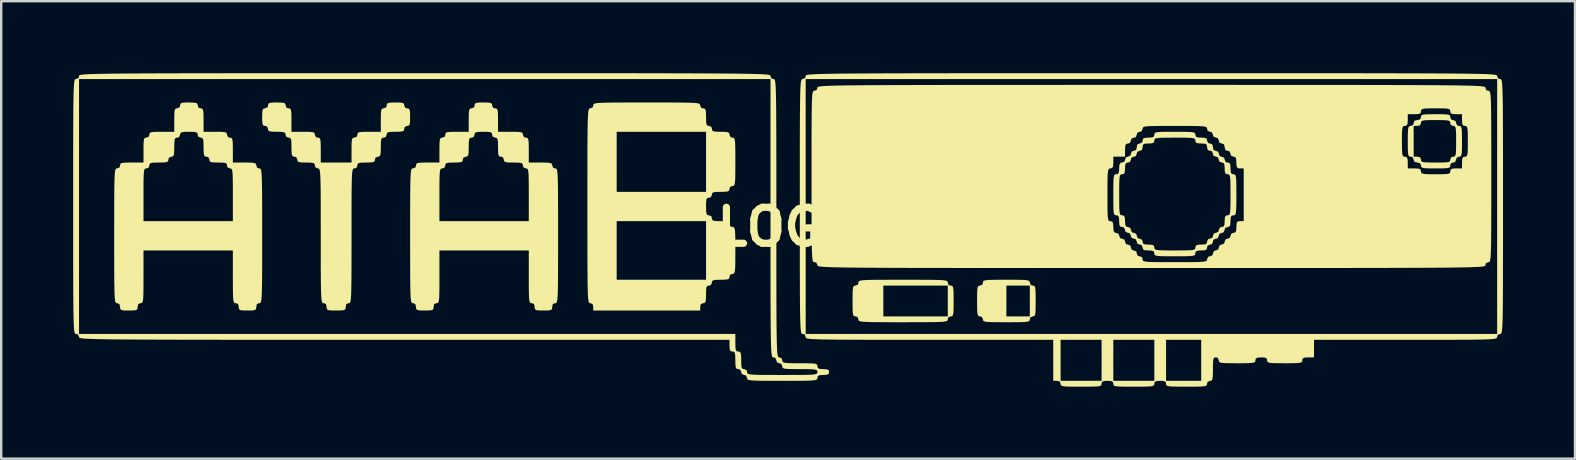
<source format=kicad_pcb>
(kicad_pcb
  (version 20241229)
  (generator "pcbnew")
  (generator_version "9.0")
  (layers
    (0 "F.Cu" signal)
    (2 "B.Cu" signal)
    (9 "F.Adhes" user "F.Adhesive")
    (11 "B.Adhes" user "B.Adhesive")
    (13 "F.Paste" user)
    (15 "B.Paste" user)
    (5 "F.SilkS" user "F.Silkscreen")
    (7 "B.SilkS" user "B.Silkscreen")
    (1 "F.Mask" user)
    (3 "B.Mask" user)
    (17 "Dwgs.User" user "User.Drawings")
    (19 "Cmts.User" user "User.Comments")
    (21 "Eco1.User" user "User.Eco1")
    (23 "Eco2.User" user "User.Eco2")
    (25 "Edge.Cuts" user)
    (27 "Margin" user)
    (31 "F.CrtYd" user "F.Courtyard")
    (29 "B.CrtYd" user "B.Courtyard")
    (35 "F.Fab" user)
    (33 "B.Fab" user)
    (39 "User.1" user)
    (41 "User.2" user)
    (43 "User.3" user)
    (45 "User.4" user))
  (footprint "LOGO"
    (layer "F.Cu")
    (at 29.796 6.411)
    (property "Reference" "LOGO" (at 0 0 0) (layer "F.SilkS") (effects (font (size 1.5 1.5) (thickness 0.3))))
    (attr board_only exclude_from_pos_files exclude_from_bom)
    (fp_poly (pts (xy 9.463 2.199) (xy 9.724 2.202) (xy 9.897 2.211) (xy 10.002 2.227) (xy 10.054 2.253) (xy 10.073 2.29) (xy 10.075 2.32) (xy 10.118 2.422) (xy 10.197 2.442) (xy 10.251 2.45) (xy 10.286 2.489) (xy 10.307 2.579) (xy 10.316 2.744) (xy 10.319 3.003) (xy 10.319 3.083) (xy 10.317 3.369) (xy 10.31 3.555) (xy 10.293 3.661) (xy 10.261 3.711) (xy 10.212 3.724) (xy 10.197 3.725) (xy 10.095 3.768) (xy 10.075 3.847) (xy 10.069 3.892) (xy 10.04 3.925) (xy 9.97 3.947) (xy 9.843 3.96) (xy 9.639 3.966) (xy 9.342 3.969) (xy 9.098 3.969) (xy 8.732 3.968) (xy 8.472 3.964) (xy 8.298 3.956) (xy 8.193 3.94) (xy 8.141 3.914) (xy 8.123 3.877) (xy 8.121 3.847) (xy 8.077 3.745) (xy 7.999 3.725) (xy 7.944 3.716) (xy 7.909 3.678) (xy 7.888 3.587) (xy 7.879 3.423) (xy 7.877 3.164) (xy 7.876 3.083) (xy 7.878 2.797) (xy 7.885 2.612) (xy 7.903 2.505) (xy 7.934 2.456) (xy 7.983 2.443) (xy 7.999 2.442) (xy 9.098 2.442) (xy 9.098 3.083) (xy 9.098 3.725) (xy 9.586 3.725) (xy 10.075 3.725) (xy 10.075 3.083) (xy 10.075 2.442) (xy 9.586 2.442) (xy 9.098 2.442) (xy 7.999 2.442) (xy 8.101 2.399) (xy 8.121 2.32) (xy 8.126 2.275) (xy 8.155 2.242) (xy 8.225 2.22) (xy 8.353 2.207) (xy 8.556 2.201) (xy 8.853 2.198) (xy 9.098 2.198)) (stroke (width 0) (type solid)) (fill yes) (layer "F.SilkS"))
    (fp_poly (pts (xy 5.318 2.198) (xy 5.734 2.2) (xy 6.054 2.203) (xy 6.289 2.208) (xy 6.453 2.218) (xy 6.559 2.231) (xy 6.62 2.25) (xy 6.647 2.275) (xy 6.655 2.307) (xy 6.655 2.32) (xy 6.698 2.422) (xy 6.777 2.442) (xy 6.832 2.45) (xy 6.867 2.489) (xy 6.888 2.579) (xy 6.897 2.744) (xy 6.899 3.003) (xy 6.9 3.083) (xy 6.898 3.369) (xy 6.891 3.555) (xy 6.873 3.661) (xy 6.842 3.711) (xy 6.793 3.724) (xy 6.777 3.725) (xy 6.675 3.768) (xy 6.655 3.847) (xy 6.652 3.881) (xy 6.633 3.908) (xy 6.585 3.929) (xy 6.497 3.945) (xy 6.355 3.956) (xy 6.146 3.962) (xy 5.858 3.966) (xy 5.477 3.968) (xy 4.992 3.969) (xy 4.793 3.969) (xy 4.268 3.969) (xy 3.852 3.967) (xy 3.533 3.964) (xy 3.297 3.958) (xy 3.133 3.949) (xy 3.027 3.935) (xy 2.966 3.916) (xy 2.939 3.892) (xy 2.931 3.86) (xy 2.931 3.847) (xy 2.888 3.745) (xy 2.809 3.725) (xy 2.754 3.716) (xy 2.719 3.678) (xy 2.699 3.587) (xy 2.689 3.423) (xy 2.687 3.164) (xy 2.687 3.083) (xy 2.688 2.797) (xy 2.695 2.612) (xy 2.713 2.505) (xy 2.744 2.456) (xy 2.793 2.443) (xy 2.809 2.442) (xy 3.969 2.442) (xy 3.969 3.083) (xy 3.969 3.725) (xy 5.312 3.725) (xy 6.655 3.725) (xy 6.655 3.083) (xy 6.655 2.442) (xy 5.312 2.442) (xy 3.969 2.442) (xy 2.809 2.442) (xy 2.911 2.399) (xy 2.931 2.32) (xy 2.934 2.286) (xy 2.953 2.258) (xy 3.001 2.238) (xy 3.089 2.222) (xy 3.231 2.211) (xy 3.44 2.204) (xy 3.728 2.2) (xy 4.109 2.199) (xy 4.594 2.198) (xy 4.793 2.198)) (stroke (width 0) (type solid)) (fill yes) (layer "F.SilkS"))
    (fp_poly (pts (xy 27.265 -4.7) (xy 27.443 -4.692) (xy 27.543 -4.673) (xy 27.588 -4.639) (xy 27.598 -4.586) (xy 27.598 -4.579) (xy 27.641 -4.477) (xy 27.72 -4.457) (xy 27.822 -4.414) (xy 27.842 -4.335) (xy 27.885 -4.233) (xy 27.964 -4.213) (xy 28.019 -4.205) (xy 28.054 -4.166) (xy 28.075 -4.076) (xy 28.084 -3.912) (xy 28.086 -3.652) (xy 28.087 -3.572) (xy 28.085 -3.286) (xy 28.078 -3.1) (xy 28.06 -2.994) (xy 28.029 -2.945) (xy 27.98 -2.931) (xy 27.964 -2.931) (xy 27.862 -2.888) (xy 27.842 -2.809) (xy 27.799 -2.707) (xy 27.72 -2.687) (xy 27.618 -2.643) (xy 27.598 -2.564) (xy 27.59 -2.509) (xy 27.55 -2.473) (xy 27.456 -2.453) (xy 27.287 -2.444) (xy 27.02 -2.442) (xy 26.988 -2.442) (xy 26.71 -2.444) (xy 26.532 -2.452) (xy 26.432 -2.471) (xy 26.387 -2.504) (xy 26.377 -2.558) (xy 26.377 -2.564) (xy 26.341 -2.66) (xy 26.224 -2.687) (xy 26.105 -2.715) (xy 26.072 -2.809) (xy 26.028 -2.911) (xy 25.95 -2.931) (xy 26.072 -2.931) (xy 26.224 -2.931) (xy 26.344 -2.902) (xy 26.377 -2.809) (xy 26.385 -2.753) (xy 26.425 -2.717) (xy 26.519 -2.697) (xy 26.688 -2.689) (xy 26.955 -2.687) (xy 26.988 -2.687) (xy 27.265 -2.688) (xy 27.443 -2.696) (xy 27.543 -2.715) (xy 27.588 -2.749) (xy 27.598 -2.802) (xy 27.598 -2.809) (xy 27.641 -2.911) (xy 27.72 -2.931) (xy 27.775 -2.939) (xy 27.81 -2.977) (xy 27.83 -3.068) (xy 27.84 -3.232) (xy 27.842 -3.492) (xy 27.842 -3.572) (xy 27.841 -3.858) (xy 27.833 -4.043) (xy 27.816 -4.15) (xy 27.785 -4.199) (xy 27.735 -4.213) (xy 27.72 -4.213) (xy 27.618 -4.256) (xy 27.598 -4.335) (xy 27.59 -4.391) (xy 27.55 -4.426) (xy 27.456 -4.446) (xy 27.287 -4.455) (xy 27.02 -4.457) (xy 26.988 -4.457) (xy 26.71 -4.456) (xy 26.532 -4.448) (xy 26.432 -4.429) (xy 26.387 -4.395) (xy 26.377 -4.342) (xy 26.377 -4.335) (xy 26.341 -4.239) (xy 26.224 -4.213) (xy 26.072 -4.213) (xy 26.072 -3.572) (xy 26.072 -2.931) (xy 25.95 -2.931) (xy 25.895 -2.939) (xy 25.86 -2.977) (xy 25.839 -3.068) (xy 25.83 -3.232) (xy 25.827 -3.492) (xy 25.827 -3.572) (xy 25.829 -3.858) (xy 25.836 -4.043) (xy 25.854 -4.15) (xy 25.885 -4.199) (xy 25.934 -4.213) (xy 25.95 -4.213) (xy 26.052 -4.256) (xy 26.072 -4.335) (xy 26.107 -4.431) (xy 26.224 -4.457) (xy 26.344 -4.486) (xy 26.377 -4.579) (xy 26.385 -4.635) (xy 26.425 -4.67) (xy 26.519 -4.69) (xy 26.688 -4.699) (xy 26.955 -4.701) (xy 26.988 -4.701)) (stroke (width 0) (type solid)) (fill yes) (layer "F.SilkS"))
    (fp_poly (pts (xy -5.312 -5.19) (xy -4.843 -5.189) (xy -4.472 -5.186) (xy -4.188 -5.182) (xy -3.98 -5.175) (xy -3.836 -5.165) (xy -3.744 -5.15) (xy -3.692 -5.131) (xy -3.669 -5.107) (xy -3.664 -5.077) (xy -3.663 -5.068) (xy -3.62 -4.966) (xy -3.541 -4.946) (xy -3.473 -4.932) (xy -3.436 -4.874) (xy -3.421 -4.742) (xy -3.419 -4.579) (xy -3.415 -4.375) (xy -3.395 -4.264) (xy -3.351 -4.22) (xy -3.297 -4.213) (xy -3.195 -4.17) (xy -3.175 -4.091) (xy -3.162 -4.023) (xy -3.103 -3.986) (xy -2.971 -3.971) (xy -2.809 -3.969) (xy -2.604 -3.964) (xy -2.493 -3.945) (xy -2.449 -3.901) (xy -2.442 -3.847) (xy -2.399 -3.745) (xy -2.32 -3.725) (xy -2.275 -3.719) (xy -2.243 -3.691) (xy -2.221 -3.622) (xy -2.208 -3.497) (xy -2.201 -3.297) (xy -2.198 -3.005) (xy -2.198 -2.717) (xy -2.199 -2.345) (xy -2.202 -2.078) (xy -2.21 -1.899) (xy -2.226 -1.79) (xy -2.25 -1.733) (xy -2.285 -1.712) (xy -2.32 -1.71) (xy -2.422 -1.666) (xy -2.442 -1.587) (xy -2.456 -1.519) (xy -2.514 -1.482) (xy -2.646 -1.468) (xy -2.809 -1.465) (xy -3.013 -1.461) (xy -3.124 -1.441) (xy -3.168 -1.397) (xy -3.175 -1.343) (xy -3.218 -1.241) (xy -3.297 -1.221) (xy -3.365 -1.208) (xy -3.402 -1.149) (xy -3.417 -1.017) (xy -3.419 -0.855) (xy -3.415 -0.65) (xy -3.395 -0.54) (xy -3.351 -0.495) (xy -3.297 -0.488) (xy -3.195 -0.445) (xy -3.175 -0.366) (xy -3.162 -0.298) (xy -3.103 -0.261) (xy -2.971 -0.246) (xy -2.809 -0.244) (xy -2.604 -0.24) (xy -2.493 -0.22) (xy -2.449 -0.176) (xy -2.442 -0.122) (xy -2.399 -0.02) (xy -2.32 0) (xy -2.275 0.006) (xy -2.242 0.035) (xy -2.22 0.104) (xy -2.207 0.232) (xy -2.201 0.435) (xy -2.198 0.733) (xy -2.198 0.977) (xy -2.199 1.342) (xy -2.202 1.603) (xy -2.211 1.777) (xy -2.227 1.881) (xy -2.253 1.934) (xy -2.29 1.952) (xy -2.32 1.954) (xy -2.422 1.997) (xy -2.442 2.076) (xy -2.456 2.144) (xy -2.514 2.181) (xy -2.646 2.196) (xy -2.809 2.198) (xy -3.013 2.203) (xy -3.124 2.222) (xy -3.168 2.266) (xy -3.175 2.32) (xy -3.218 2.422) (xy -3.297 2.442) (xy -3.365 2.456) (xy -3.402 2.514) (xy -3.417 2.646) (xy -3.419 2.809) (xy -3.424 3.013) (xy -3.443 3.124) (xy -3.487 3.168) (xy -3.541 3.175) (xy -3.637 3.211) (xy -3.663 3.328) (xy -3.663 3.48) (xy -5.892 3.48) (xy -8.121 3.48) (xy -8.121 3.328) (xy -8.149 3.208) (xy -8.243 3.175) (xy -8.267 3.173) (xy -8.288 3.161) (xy -8.305 3.13) (xy -8.32 3.073) (xy -8.332 2.979) (xy -8.342 2.841) (xy -8.349 2.65) (xy -8.355 2.397) (xy -8.359 2.074) (xy -8.362 1.672) (xy -8.364 1.182) (xy -8.364 0.595) (xy -8.365 -0.096) (xy -8.365 -0.244) (xy -7.144 -0.244) (xy -7.144 0.977) (xy -7.144 2.198) (xy -5.281 2.198) (xy -3.419 2.198) (xy -3.419 0.977) (xy -3.419 -0.244) (xy -5.281 -0.244) (xy -7.144 -0.244) (xy -8.365 -0.244) (xy -8.365 -0.885) (xy -8.365 -1.688) (xy -8.364 -2.378) (xy -8.364 -2.962) (xy -8.362 -3.45) (xy -8.359 -3.851) (xy -8.358 -3.969) (xy -7.144 -3.969) (xy -7.144 -2.717) (xy -7.144 -1.465) (xy -5.281 -1.465) (xy -3.419 -1.465) (xy -3.419 -2.717) (xy -3.419 -3.969) (xy -5.281 -3.969) (xy -7.144 -3.969) (xy -8.358 -3.969) (xy -8.355 -4.173) (xy -8.349 -4.425) (xy -8.342 -4.615) (xy -8.332 -4.752) (xy -8.32 -4.845) (xy -8.305 -4.902) (xy -8.287 -4.932) (xy -8.267 -4.944) (xy -8.243 -4.946) (xy -8.141 -4.989) (xy -8.121 -5.068) (xy -8.118 -5.1) (xy -8.1 -5.125) (xy -8.058 -5.146) (xy -7.978 -5.161) (xy -7.849 -5.173) (xy -7.659 -5.18) (xy -7.397 -5.185) (xy -7.051 -5.188) (xy -6.61 -5.19) (xy -6.061 -5.19) (xy -5.892 -5.19)) (stroke (width 0) (type solid)) (fill yes) (layer "F.SilkS"))
    (fp_poly (pts (xy -16.159 -5.185) (xy -16.048 -5.166) (xy -16.004 -5.122) (xy -15.997 -5.068) (xy -15.954 -4.966) (xy -15.875 -4.946) (xy -15.807 -4.932) (xy -15.77 -4.874) (xy -15.755 -4.742) (xy -15.753 -4.579) (xy -15.757 -4.375) (xy -15.777 -4.264) (xy -15.821 -4.22) (xy -15.875 -4.213) (xy -15.977 -4.17) (xy -15.997 -4.091) (xy -16.01 -4.023) (xy -16.069 -3.986) (xy -16.201 -3.971) (xy -16.363 -3.969) (xy -16.568 -3.964) (xy -16.679 -3.945) (xy -16.723 -3.901) (xy -16.73 -3.847) (xy -16.773 -3.745) (xy -16.852 -3.725) (xy -16.918 -3.712) (xy -16.955 -3.657) (xy -16.971 -3.532) (xy -16.974 -3.328) (xy -16.978 -3.113) (xy -16.995 -2.993) (xy -17.033 -2.941) (xy -17.096 -2.931) (xy -17.198 -2.888) (xy -17.218 -2.809) (xy -17.232 -2.74) (xy -17.29 -2.704) (xy -17.422 -2.689) (xy -17.585 -2.687) (xy -17.789 -2.682) (xy -17.9 -2.663) (xy -17.944 -2.619) (xy -17.951 -2.564) (xy -17.994 -2.462) (xy -18.073 -2.442) (xy -18.102 -2.44) (xy -18.125 -2.425) (xy -18.145 -2.387) (xy -18.16 -2.317) (xy -18.172 -2.203) (xy -18.181 -2.035) (xy -18.187 -1.804) (xy -18.191 -1.497) (xy -18.194 -1.106) (xy -18.195 -0.619) (xy -18.195 -0.027) (xy -18.195 0.366) (xy -18.195 1.024) (xy -18.196 1.571) (xy -18.198 2.016) (xy -18.201 2.37) (xy -18.206 2.643) (xy -18.213 2.846) (xy -18.223 2.99) (xy -18.236 3.084) (xy -18.253 3.139) (xy -18.274 3.166) (xy -18.3 3.174) (xy -18.317 3.175) (xy -18.413 3.211) (xy -18.439 3.328) (xy -18.446 3.41) (xy -18.486 3.455) (xy -18.585 3.475) (xy -18.771 3.48) (xy -18.836 3.48) (xy -19.05 3.478) (xy -19.168 3.463) (xy -19.22 3.424) (xy -19.233 3.353) (xy -19.233 3.328) (xy -19.262 3.208) (xy -19.355 3.175) (xy -19.384 3.172) (xy -19.408 3.157) (xy -19.427 3.12) (xy -19.442 3.05) (xy -19.454 2.936) (xy -19.463 2.768) (xy -19.469 2.536) (xy -19.473 2.23) (xy -19.476 1.839) (xy -19.477 1.352) (xy -19.477 0.76) (xy -19.477 0.366) (xy -19.478 -0.292) (xy -19.478 -0.838) (xy -19.48 -1.283) (xy -19.483 -1.637) (xy -19.488 -1.91) (xy -19.495 -2.114) (xy -19.505 -2.257) (xy -19.518 -2.351) (xy -19.536 -2.407) (xy -19.557 -2.433) (xy -19.582 -2.442) (xy -19.6 -2.442) (xy -19.702 -2.485) (xy -19.722 -2.564) (xy -19.735 -2.633) (xy -19.794 -2.669) (xy -19.926 -2.684) (xy -20.088 -2.687) (xy -20.293 -2.691) (xy -20.403 -2.711) (xy -20.448 -2.755) (xy -20.454 -2.809) (xy -20.498 -2.911) (xy -20.576 -2.931) (xy -20.643 -2.943) (xy -20.679 -2.998) (xy -20.695 -3.123) (xy -20.699 -3.328) (xy -20.702 -3.542) (xy -20.719 -3.662) (xy -20.758 -3.714) (xy -20.821 -3.725) (xy -20.923 -3.768) (xy -20.943 -3.847) (xy -20.956 -3.915) (xy -21.015 -3.952) (xy -21.147 -3.967) (xy -21.309 -3.969) (xy -21.514 -3.973) (xy -21.624 -3.993) (xy -21.669 -4.037) (xy -21.675 -4.091) (xy -21.719 -4.193) (xy -21.798 -4.213) (xy -21.866 -4.226) (xy -21.903 -4.285) (xy -21.917 -4.417) (xy -21.92 -4.579) (xy -21.915 -4.784) (xy -21.896 -4.894) (xy -21.852 -4.939) (xy -21.798 -4.946) (xy -21.696 -4.989) (xy -21.675 -5.068) (xy -21.662 -5.136) (xy -21.603 -5.173) (xy -21.471 -5.188) (xy -21.309 -5.19) (xy -21.105 -5.185) (xy -20.994 -5.166) (xy -20.95 -5.122) (xy -20.943 -5.068) (xy -20.9 -4.966) (xy -20.821 -4.946) (xy -20.76 -4.935) (xy -20.723 -4.889) (xy -20.705 -4.78) (xy -20.699 -4.586) (xy -20.699 -4.457) (xy -20.699 -3.969) (xy -20.21 -3.969) (xy -19.967 -3.966) (xy -19.821 -3.954) (xy -19.748 -3.927) (xy -19.723 -3.879) (xy -19.722 -3.847) (xy -19.678 -3.745) (xy -19.6 -3.725) (xy -19.54 -3.715) (xy -19.504 -3.67) (xy -19.485 -3.566) (xy -19.478 -3.379) (xy -19.477 -3.206) (xy -19.477 -2.687) (xy -18.836 -2.687) (xy -18.195 -2.687) (xy -18.195 -3.206) (xy -18.193 -3.458) (xy -18.182 -3.612) (xy -18.158 -3.692) (xy -18.114 -3.721) (xy -18.073 -3.725) (xy -17.971 -3.768) (xy -17.951 -3.847) (xy -17.941 -3.907) (xy -17.894 -3.944) (xy -17.785 -3.962) (xy -17.591 -3.968) (xy -17.462 -3.969) (xy -16.974 -3.969) (xy -16.974 -4.457) (xy -16.971 -4.701) (xy -16.96 -4.846) (xy -16.933 -4.919) (xy -16.884 -4.944) (xy -16.852 -4.946) (xy -16.75 -4.989) (xy -16.73 -5.068) (xy -16.716 -5.136) (xy -16.658 -5.173) (xy -16.526 -5.188) (xy -16.363 -5.19)) (stroke (width 0) (type solid)) (fill yes) (layer "F.SilkS"))
    (fp_poly (pts (xy -24.768 -5.185) (xy -24.657 -5.166) (xy -24.613 -5.122) (xy -24.606 -5.068) (xy -24.563 -4.966) (xy -24.484 -4.946) (xy -24.423 -4.935) (xy -24.387 -4.889) (xy -24.369 -4.78) (xy -24.362 -4.586) (xy -24.362 -4.457) (xy -24.362 -3.969) (xy -23.874 -3.969) (xy -23.63 -3.966) (xy -23.484 -3.954) (xy -23.411 -3.927) (xy -23.387 -3.879) (xy -23.385 -3.847) (xy -23.342 -3.745) (xy -23.263 -3.725) (xy -23.204 -3.715) (xy -23.167 -3.67) (xy -23.149 -3.566) (xy -23.142 -3.379) (xy -23.141 -3.206) (xy -23.141 -2.687) (xy -22.652 -2.687) (xy -22.409 -2.684) (xy -22.263 -2.672) (xy -22.19 -2.645) (xy -22.166 -2.597) (xy -22.164 -2.564) (xy -22.121 -2.462) (xy -22.042 -2.442) (xy -22.013 -2.44) (xy -21.989 -2.425) (xy -21.97 -2.387) (xy -21.955 -2.317) (xy -21.943 -2.203) (xy -21.934 -2.035) (xy -21.928 -1.804) (xy -21.924 -1.497) (xy -21.921 -1.106) (xy -21.92 -0.619) (xy -21.92 -0.027) (xy -21.92 0.366) (xy -21.92 1.024) (xy -21.92 1.571) (xy -21.922 2.016) (xy -21.925 2.37) (xy -21.93 2.643) (xy -21.937 2.846) (xy -21.947 2.99) (xy -21.961 3.084) (xy -21.978 3.139) (xy -21.999 3.166) (xy -22.025 3.174) (xy -22.042 3.175) (xy -22.138 3.211) (xy -22.164 3.328) (xy -22.172 3.412) (xy -22.214 3.458) (xy -22.32 3.477) (xy -22.517 3.48) (xy -22.53 3.48) (xy -22.733 3.477) (xy -22.843 3.459) (xy -22.888 3.415) (xy -22.897 3.333) (xy -22.897 3.328) (xy -22.925 3.208) (xy -23.019 3.175) (xy -23.062 3.17) (xy -23.094 3.143) (xy -23.116 3.078) (xy -23.129 2.959) (xy -23.137 2.769) (xy -23.14 2.49) (xy -23.141 2.108) (xy -23.141 2.076) (xy -23.141 0.977) (xy -25.003 0.977) (xy -26.865 0.977) (xy -26.865 2.076) (xy -26.866 2.467) (xy -26.869 2.752) (xy -26.876 2.948) (xy -26.889 3.072) (xy -26.911 3.14) (xy -26.941 3.169) (xy -26.984 3.175) (xy -26.988 3.175) (xy -27.083 3.211) (xy -27.11 3.328) (xy -27.117 3.412) (xy -27.16 3.458) (xy -27.265 3.477) (xy -27.463 3.48) (xy -27.476 3.48) (xy -27.679 3.477) (xy -27.789 3.459) (xy -27.833 3.415) (xy -27.842 3.333) (xy -27.842 3.328) (xy -27.871 3.208) (xy -27.964 3.175) (xy -27.993 3.172) (xy -28.017 3.157) (xy -28.036 3.12) (xy -28.052 3.05) (xy -28.063 2.936) (xy -28.072 2.768) (xy -28.078 2.536) (xy -28.083 2.23) (xy -28.085 1.839) (xy -28.086 1.352) (xy -28.087 0.76) (xy -28.087 0.366) (xy -28.086 -0.244) (xy -26.865 -0.244) (xy -25.003 -0.244) (xy -23.141 -0.244) (xy -23.141 -1.343) (xy -23.141 -1.734) (xy -23.144 -2.019) (xy -23.152 -2.215) (xy -23.165 -2.339) (xy -23.186 -2.407) (xy -23.217 -2.436) (xy -23.259 -2.442) (xy -23.263 -2.442) (xy -23.365 -2.485) (xy -23.385 -2.564) (xy -23.398 -2.633) (xy -23.457 -2.669) (xy -23.589 -2.684) (xy -23.751 -2.687) (xy -23.956 -2.691) (xy -24.067 -2.711) (xy -24.111 -2.755) (xy -24.118 -2.809) (xy -24.161 -2.911) (xy -24.24 -2.931) (xy -24.306 -2.943) (xy -24.343 -2.998) (xy -24.359 -3.123) (xy -24.362 -3.328) (xy -24.366 -3.542) (xy -24.383 -3.662) (xy -24.421 -3.714) (xy -24.484 -3.725) (xy -24.586 -3.768) (xy -24.606 -3.847) (xy -24.62 -3.915) (xy -24.678 -3.952) (xy -24.81 -3.967) (xy -24.973 -3.969) (xy -25.177 -3.964) (xy -25.288 -3.945) (xy -25.332 -3.901) (xy -25.339 -3.847) (xy -25.382 -3.745) (xy -25.461 -3.725) (xy -25.527 -3.712) (xy -25.564 -3.657) (xy -25.58 -3.532) (xy -25.583 -3.328) (xy -25.587 -3.113) (xy -25.604 -2.993) (xy -25.642 -2.941) (xy -25.705 -2.931) (xy -25.807 -2.888) (xy -25.827 -2.809) (xy -25.84 -2.743) (xy -25.895 -2.706) (xy -26.02 -2.69) (xy -26.224 -2.687) (xy -26.439 -2.683) (xy -26.559 -2.666) (xy -26.611 -2.627) (xy -26.621 -2.564) (xy -26.664 -2.462) (xy -26.743 -2.442) (xy -26.787 -2.437) (xy -26.818 -2.41) (xy -26.84 -2.346) (xy -26.854 -2.226) (xy -26.861 -2.036) (xy -26.865 -1.758) (xy -26.865 -1.375) (xy -26.865 -1.343) (xy -26.865 -0.244) (xy -28.086 -0.244) (xy -28.086 -0.292) (xy -28.086 -0.838) (xy -28.084 -1.283) (xy -28.081 -1.637) (xy -28.076 -1.91) (xy -28.069 -2.114) (xy -28.059 -2.257) (xy -28.045 -2.351) (xy -28.028 -2.407) (xy -28.007 -2.433) (xy -27.982 -2.442) (xy -27.964 -2.442) (xy -27.862 -2.485) (xy -27.842 -2.564) (xy -27.832 -2.625) (xy -27.785 -2.662) (xy -27.677 -2.68) (xy -27.483 -2.686) (xy -27.354 -2.687) (xy -26.865 -2.687) (xy -26.865 -3.206) (xy -26.863 -3.458) (xy -26.853 -3.612) (xy -26.828 -3.692) (xy -26.784 -3.721) (xy -26.743 -3.725) (xy -26.641 -3.768) (xy -26.621 -3.847) (xy -26.611 -3.906) (xy -26.567 -3.942) (xy -26.463 -3.961) (xy -26.276 -3.968) (xy -26.102 -3.969) (xy -25.583 -3.969) (xy -25.583 -4.457) (xy -25.581 -4.701) (xy -25.569 -4.846) (xy -25.542 -4.919) (xy -25.493 -4.944) (xy -25.461 -4.946) (xy -25.359 -4.989) (xy -25.339 -5.068) (xy -25.326 -5.136) (xy -25.267 -5.173) (xy -25.135 -5.188) (xy -24.973 -5.19)) (stroke (width 0) (type solid)) (fill yes) (layer "F.SilkS"))
    (fp_poly (pts (xy -12.495 -5.185) (xy -12.385 -5.166) (xy -12.34 -5.122) (xy -12.334 -5.068) (xy -12.29 -4.966) (xy -12.212 -4.946) (xy -12.151 -4.935) (xy -12.114 -4.889) (xy -12.096 -4.78) (xy -12.09 -4.586) (xy -12.089 -4.457) (xy -12.089 -3.969) (xy -11.57 -3.969) (xy -11.318 -3.966) (xy -11.164 -3.956) (xy -11.084 -3.931) (xy -11.055 -3.887) (xy -11.051 -3.847) (xy -11.008 -3.745) (xy -10.929 -3.725) (xy -10.87 -3.715) (xy -10.834 -3.67) (xy -10.815 -3.566) (xy -10.808 -3.379) (xy -10.807 -3.206) (xy -10.807 -2.687) (xy -10.319 -2.687) (xy -10.075 -2.684) (xy -9.93 -2.672) (xy -9.857 -2.645) (xy -9.832 -2.597) (xy -9.83 -2.564) (xy -9.787 -2.462) (xy -9.708 -2.442) (xy -9.68 -2.44) (xy -9.656 -2.425) (xy -9.636 -2.387) (xy -9.621 -2.317) (xy -9.609 -2.203) (xy -9.6 -2.035) (xy -9.594 -1.804) (xy -9.59 -1.497) (xy -9.588 -1.106) (xy -9.586 -0.619) (xy -9.586 -0.027) (xy -9.586 0.366) (xy -9.586 1.024) (xy -9.587 1.571) (xy -9.588 2.016) (xy -9.592 2.37) (xy -9.596 2.643) (xy -9.604 2.846) (xy -9.614 2.99) (xy -9.627 3.084) (xy -9.644 3.139) (xy -9.665 3.166) (xy -9.691 3.174) (xy -9.708 3.175) (xy -9.804 3.211) (xy -9.83 3.328) (xy -9.838 3.412) (xy -9.88 3.458) (xy -9.986 3.477) (xy -10.184 3.48) (xy -10.197 3.48) (xy -10.4 3.477) (xy -10.509 3.459) (xy -10.554 3.415) (xy -10.563 3.333) (xy -10.563 3.328) (xy -10.592 3.208) (xy -10.685 3.175) (xy -10.729 3.17) (xy -10.76 3.143) (xy -10.782 3.078) (xy -10.796 2.959) (xy -10.803 2.769) (xy -10.807 2.49) (xy -10.807 2.108) (xy -10.807 2.076) (xy -10.807 0.977) (xy -12.669 0.977) (xy -14.532 0.977) (xy -14.532 2.076) (xy -14.532 2.467) (xy -14.535 2.752) (xy -14.542 2.948) (xy -14.556 3.072) (xy -14.577 3.14) (xy -14.608 3.169) (xy -14.65 3.175) (xy -14.654 3.175) (xy -14.75 3.211) (xy -14.776 3.328) (xy -14.784 3.412) (xy -14.826 3.458) (xy -14.932 3.477) (xy -15.129 3.48) (xy -15.142 3.48) (xy -15.345 3.477) (xy -15.455 3.459) (xy -15.5 3.415) (xy -15.509 3.333) (xy -15.509 3.328) (xy -15.537 3.208) (xy -15.631 3.175) (xy -15.659 3.172) (xy -15.683 3.157) (xy -15.702 3.12) (xy -15.718 3.05) (xy -15.73 2.936) (xy -15.739 2.768) (xy -15.745 2.536) (xy -15.749 2.23) (xy -15.751 1.839) (xy -15.752 1.352) (xy -15.753 0.76) (xy -15.753 0.366) (xy -15.753 -0.244) (xy -14.532 -0.244) (xy -12.669 -0.244) (xy -10.807 -0.244) (xy -10.807 -1.343) (xy -10.808 -1.734) (xy -10.811 -2.019) (xy -10.818 -2.215) (xy -10.831 -2.339) (xy -10.852 -2.407) (xy -10.883 -2.436) (xy -10.926 -2.442) (xy -10.929 -2.442) (xy -11.031 -2.485) (xy -11.051 -2.564) (xy -11.064 -2.631) (xy -11.119 -2.667) (xy -11.244 -2.683) (xy -11.448 -2.687) (xy -11.663 -2.69) (xy -11.783 -2.707) (xy -11.835 -2.746) (xy -11.845 -2.809) (xy -11.888 -2.911) (xy -11.967 -2.931) (xy -12.033 -2.943) (xy -12.07 -2.998) (xy -12.086 -3.123) (xy -12.089 -3.328) (xy -12.093 -3.542) (xy -12.11 -3.662) (xy -12.149 -3.714) (xy -12.212 -3.725) (xy -12.314 -3.768) (xy -12.334 -3.847) (xy -12.347 -3.915) (xy -12.406 -3.952) (xy -12.538 -3.967) (xy -12.7 -3.969) (xy -12.905 -3.964) (xy -13.015 -3.945) (xy -13.06 -3.901) (xy -13.066 -3.847) (xy -13.11 -3.745) (xy -13.188 -3.725) (xy -13.255 -3.712) (xy -13.291 -3.657) (xy -13.307 -3.532) (xy -13.311 -3.328) (xy -13.314 -3.113) (xy -13.331 -2.993) (xy -13.37 -2.941) (xy -13.433 -2.931) (xy -13.535 -2.888) (xy -13.555 -2.809) (xy -13.568 -2.74) (xy -13.627 -2.704) (xy -13.759 -2.689) (xy -13.921 -2.687) (xy -14.126 -2.682) (xy -14.236 -2.663) (xy -14.281 -2.619) (xy -14.287 -2.564) (xy -14.331 -2.462) (xy -14.41 -2.442) (xy -14.453 -2.437) (xy -14.485 -2.41) (xy -14.507 -2.346) (xy -14.52 -2.226) (xy -14.528 -2.036) (xy -14.531 -1.758) (xy -14.532 -1.375) (xy -14.532 -1.343) (xy -14.532 -0.244) (xy -15.753 -0.244) (xy -15.753 -0.292) (xy -15.752 -0.838) (xy -15.75 -1.283) (xy -15.747 -1.637) (xy -15.742 -1.91) (xy -15.735 -2.114) (xy -15.725 -2.257) (xy -15.712 -2.351) (xy -15.695 -2.407) (xy -15.674 -2.433) (xy -15.648 -2.442) (xy -15.631 -2.442) (xy -15.529 -2.485) (xy -15.509 -2.564) (xy -15.498 -2.625) (xy -15.451 -2.662) (xy -15.343 -2.68) (xy -15.149 -2.686) (xy -15.02 -2.687) (xy -14.532 -2.687) (xy -14.532 -3.206) (xy -14.529 -3.458) (xy -14.519 -3.612) (xy -14.494 -3.692) (xy -14.45 -3.721) (xy -14.41 -3.725) (xy -14.308 -3.768) (xy -14.287 -3.847) (xy -14.277 -3.907) (xy -14.23 -3.944) (xy -14.122 -3.962) (xy -13.928 -3.968) (xy -13.799 -3.969) (xy -13.311 -3.969) (xy -13.311 -4.457) (xy -13.308 -4.701) (xy -13.296 -4.846) (xy -13.269 -4.919) (xy -13.221 -4.944) (xy -13.188 -4.946) (xy -13.086 -4.989) (xy -13.066 -5.068) (xy -13.053 -5.136) (xy -12.994 -5.173) (xy -12.862 -5.188) (xy -12.7 -5.19)) (stroke (width 0) (type solid)) (fill yes) (layer "F.SilkS"))
    (fp_poly (pts (xy -13.578 -6.411) (xy -12.131 -6.411) (xy -10.797 -6.411) (xy -9.572 -6.411) (xy -8.45 -6.41) (xy -7.427 -6.41) (xy -6.499 -6.409) (xy -5.661 -6.408) (xy -4.909 -6.406) (xy -4.237 -6.404) (xy -3.641 -6.402) (xy -3.117 -6.4) (xy -2.66 -6.397) (xy -2.266 -6.393) (xy -1.929 -6.389) (xy -1.646 -6.384) (xy -1.411 -6.379) (xy -1.221 -6.373) (xy -1.069 -6.366) (xy -0.953 -6.359) (xy -0.868 -6.35) (xy -0.808 -6.341) (xy -0.769 -6.331) (xy -0.746 -6.321) (xy -0.736 -6.309) (xy -0.733 -6.296) (xy -0.733 -6.289) (xy -0.69 -6.187) (xy -0.611 -6.167) (xy -0.59 -6.165) (xy -0.572 -6.155) (xy -0.556 -6.13) (xy -0.543 -6.083) (xy -0.531 -6.005) (xy -0.521 -5.891) (xy -0.513 -5.732) (xy -0.506 -5.522) (xy -0.501 -5.253) (xy -0.497 -4.918) (xy -0.494 -4.51) (xy -0.491 -4.021) (xy -0.49 -3.445) (xy -0.489 -2.774) (xy -0.489 -2.001) (xy -0.488 -1.118) (xy -0.488 -0.366) (xy -0.488 0.605) (xy -0.488 1.461) (xy -0.488 2.209) (xy -0.487 2.857) (xy -0.485 3.412) (xy -0.483 3.881) (xy -0.479 4.271) (xy -0.475 4.59) (xy -0.469 4.844) (xy -0.462 5.041) (xy -0.454 5.189) (xy -0.443 5.294) (xy -0.431 5.364) (xy -0.417 5.405) (xy -0.401 5.426) (xy -0.382 5.433) (xy -0.366 5.434) (xy -0.264 5.477) (xy -0.244 5.556) (xy -0.237 5.608) (xy -0.202 5.642) (xy -0.119 5.663) (xy 0.033 5.674) (xy 0.273 5.678) (xy 0.488 5.678) (xy 0.798 5.68) (xy 1.005 5.685) (xy 1.131 5.699) (xy 1.195 5.725) (xy 1.219 5.765) (xy 1.221 5.8) (xy 1.242 5.88) (xy 1.324 5.916) (xy 1.465 5.923) (xy 1.625 5.933) (xy 1.696 5.974) (xy 1.71 6.045) (xy 1.689 6.125) (xy 1.606 6.16) (xy 1.465 6.167) (xy 1.306 6.177) (xy 1.235 6.218) (xy 1.221 6.289) (xy 1.217 6.327) (xy 1.195 6.357) (xy 1.14 6.378) (xy 1.039 6.393) (xy 0.877 6.403) (xy 0.639 6.408) (xy 0.311 6.41) (xy -0.12 6.411) (xy -0.244 6.411) (xy -0.704 6.411) (xy -1.056 6.409) (xy -1.314 6.404) (xy -1.494 6.396) (xy -1.609 6.382) (xy -1.673 6.363) (xy -1.702 6.335) (xy -1.709 6.299) (xy -1.71 6.289) (xy -1.753 6.187) (xy -1.832 6.167) (xy -1.934 6.124) (xy -1.954 6.045) (xy -1.997 5.943) (xy -2.076 5.923) (xy -2.144 5.909) (xy -2.181 5.851) (xy -2.196 5.719) (xy -2.198 5.556) (xy -2.203 5.352) (xy -2.222 5.241) (xy -2.266 5.197) (xy -2.32 5.19) (xy -2.4 5.169) (xy -2.435 5.087) (xy -2.442 4.946) (xy -2.442 4.701) (xy -15.997 4.701) (xy -17.513 4.701) (xy -18.911 4.701) (xy -20.196 4.701) (xy -21.374 4.701) (xy -22.448 4.701) (xy -23.424 4.7) (xy -24.306 4.699) (xy -25.099 4.698) (xy -25.808 4.696) (xy -26.437 4.694) (xy -26.992 4.692) (xy -27.476 4.689) (xy -27.895 4.686) (xy -28.254 4.682) (xy -28.557 4.677) (xy -28.808 4.672) (xy -29.013 4.666) (xy -29.177 4.659) (xy -29.303 4.652) (xy -29.398 4.644) (xy -29.464 4.635) (xy -29.508 4.625) (xy -29.535 4.614) (xy -29.547 4.602) (xy -29.552 4.589) (xy -29.552 4.579) (xy -29.595 4.477) (xy -29.674 4.457) (xy -29.695 4.455) (xy -29.714 4.445) (xy -29.73 4.419) (xy -29.744 4.369) (xy -29.756 4.288) (xy -29.766 4.168) (xy -29.774 4.002) (xy -29.78 3.782) (xy -29.786 3.5) (xy -29.789 3.15) (xy -29.792 2.723) (xy -29.794 2.212) (xy -29.795 1.609) (xy -29.796 0.908) (xy -29.796 0.099) (xy -29.796 -0.824) (xy -29.796 -0.855) (xy -29.796 -1.781) (xy -29.796 -2.594) (xy -29.795 -3.299) (xy -29.794 -3.904) (xy -29.792 -4.418) (xy -29.79 -4.848) (xy -29.786 -5.2) (xy -29.781 -5.484) (xy -29.774 -5.705) (xy -29.766 -5.873) (xy -29.756 -5.994) (xy -29.745 -6.077) (xy -29.731 -6.127) (xy -29.715 -6.154) (xy -29.696 -6.165) (xy -29.675 -6.167) (xy -29.674 -6.167) (xy -29.552 -6.167) (xy -29.552 -0.855) (xy -29.552 4.457) (xy -15.875 4.457) (xy -2.198 4.457) (xy -2.198 4.824) (xy -2.194 5.028) (xy -2.174 5.139) (xy -2.13 5.183) (xy -2.076 5.19) (xy -2.008 5.203) (xy -1.971 5.262) (xy -1.956 5.394) (xy -1.954 5.556) (xy -1.949 5.761) (xy -1.93 5.871) (xy -1.886 5.916) (xy -1.832 5.923) (xy -1.73 5.966) (xy -1.71 6.045) (xy -1.705 6.083) (xy -1.683 6.112) (xy -1.629 6.134) (xy -1.528 6.149) (xy -1.365 6.158) (xy -1.128 6.164) (xy -0.8 6.166) (xy -0.368 6.167) (xy -0.244 6.167) (xy 0.215 6.166) (xy 0.567 6.165) (xy 0.826 6.16) (xy 1.005 6.152) (xy 1.12 6.138) (xy 1.185 6.118) (xy 1.214 6.091) (xy 1.221 6.055) (xy 1.221 6.045) (xy 1.214 5.993) (xy 1.179 5.959) (xy 1.096 5.938) (xy 0.944 5.927) (xy 0.704 5.923) (xy 0.488 5.923) (xy 0.179 5.921) (xy -0.028 5.916) (xy -0.154 5.902) (xy -0.218 5.876) (xy -0.242 5.836) (xy -0.244 5.8) (xy -0.287 5.698) (xy -0.366 5.678) (xy -0.468 5.635) (xy -0.488 5.556) (xy -0.532 5.454) (xy -0.611 5.434) (xy -0.631 5.432) (xy -0.649 5.423) (xy -0.665 5.398) (xy -0.678 5.35) (xy -0.69 5.273) (xy -0.7 5.158) (xy -0.708 4.999) (xy -0.715 4.789) (xy -0.72 4.52) (xy -0.724 4.185) (xy -0.728 3.777) (xy -0.73 3.288) (xy -0.731 2.712) (xy -0.732 2.041) (xy -0.733 1.268) (xy -0.733 0.385) (xy -0.733 -0.366) (xy -0.733 -6.167) (xy -15.142 -6.167) (xy -29.552 -6.167) (xy -29.674 -6.167) (xy -29.572 -6.21) (xy -29.552 -6.289) (xy -29.551 -6.302) (xy -29.545 -6.314) (xy -29.53 -6.326) (xy -29.5 -6.336) (xy -29.452 -6.346) (xy -29.38 -6.354) (xy -29.281 -6.362) (xy -29.149 -6.369) (xy -28.98 -6.376) (xy -28.77 -6.381) (xy -28.513 -6.386) (xy -28.205 -6.391) (xy -27.842 -6.395) (xy -27.419 -6.398) (xy -26.931 -6.401) (xy -26.375 -6.403) (xy -25.744 -6.405) (xy -25.035 -6.407) (xy -24.243 -6.408) (xy -23.363 -6.409) (xy -22.392 -6.41) (xy -21.323 -6.41) (xy -20.154 -6.411) (xy -18.878 -6.411) (xy -17.492 -6.411) (xy -15.991 -6.411) (xy -15.142 -6.411)) (stroke (width 0) (type solid)) (fill yes) (layer "F.SilkS"))
    (fp_poly (pts (xy 16.457 -3.968) (xy 16.692 -3.963) (xy 16.843 -3.953) (xy 16.927 -3.933) (xy 16.965 -3.901) (xy 16.974 -3.856) (xy 16.974 -3.847) (xy 16.995 -3.767) (xy 17.077 -3.731) (xy 17.218 -3.725) (xy 17.378 -3.714) (xy 17.449 -3.673) (xy 17.462 -3.602) (xy 17.506 -3.5) (xy 17.585 -3.48) (xy 17.68 -3.445) (xy 17.707 -3.328) (xy 17.735 -3.208) (xy 17.829 -3.175) (xy 17.931 -3.132) (xy 17.951 -3.053) (xy 17.994 -2.951) (xy 18.073 -2.931) (xy 18.175 -2.888) (xy 18.195 -2.809) (xy 18.238 -2.707) (xy 18.317 -2.687) (xy 18.397 -2.666) (xy 18.433 -2.583) (xy 18.439 -2.442) (xy 18.45 -2.283) (xy 18.491 -2.212) (xy 18.562 -2.198) (xy 18.61 -2.192) (xy 18.643 -2.16) (xy 18.665 -2.085) (xy 18.677 -1.946) (xy 18.682 -1.727) (xy 18.684 -1.407) (xy 18.684 -1.343) (xy 18.683 -1.005) (xy 18.678 -0.77) (xy 18.667 -0.62) (xy 18.648 -0.535) (xy 18.616 -0.498) (xy 18.571 -0.489) (xy 18.562 -0.488) (xy 18.482 -0.468) (xy 18.446 -0.385) (xy 18.439 -0.244) (xy 18.429 -0.084) (xy 18.388 -0.014) (xy 18.317 0) (xy 18.215 0.043) (xy 18.195 0.122) (xy 18.152 0.224) (xy 18.073 0.244) (xy 17.971 0.287) (xy 17.951 0.366) (xy 17.908 0.468) (xy 17.829 0.488) (xy 17.727 0.532) (xy 17.707 0.611) (xy 17.664 0.713) (xy 17.585 0.733) (xy 17.483 0.776) (xy 17.462 0.855) (xy 17.442 0.935) (xy 17.359 0.97) (xy 17.218 0.977) (xy 17.058 0.987) (xy 16.988 1.029) (xy 16.974 1.099) (xy 16.968 1.147) (xy 16.936 1.181) (xy 16.861 1.202) (xy 16.722 1.214) (xy 16.503 1.22) (xy 16.183 1.221) (xy 16.119 1.221) (xy 15.781 1.22) (xy 15.546 1.216) (xy 15.396 1.205) (xy 15.311 1.185) (xy 15.274 1.154) (xy 15.265 1.108) (xy 15.264 1.099) (xy 15.244 1.019) (xy 15.161 0.984) (xy 15.02 0.977) (xy 14.86 0.967) (xy 14.79 0.925) (xy 14.776 0.855) (xy 14.733 0.753) (xy 14.654 0.733) (xy 14.552 0.69) (xy 14.532 0.611) (xy 14.489 0.509) (xy 14.41 0.488) (xy 14.308 0.445) (xy 14.287 0.366) (xy 14.244 0.264) (xy 14.165 0.244) (xy 14.063 0.201) (xy 14.043 0.122) (xy 14 0.02) (xy 13.921 0) (xy 13.841 -0.02) (xy 13.806 -0.103) (xy 13.799 -0.244) (xy 13.789 -0.404) (xy 13.747 -0.475) (xy 13.677 -0.488) (xy 13.629 -0.495) (xy 13.595 -0.526) (xy 13.574 -0.602) (xy 13.561 -0.74) (xy 13.556 -0.96) (xy 13.555 -1.28) (xy 13.555 -1.343) (xy 13.799 -1.343) (xy 13.8 -1.005) (xy 13.804 -0.77) (xy 13.815 -0.62) (xy 13.835 -0.535) (xy 13.866 -0.498) (xy 13.912 -0.489) (xy 13.921 -0.488) (xy 14.001 -0.468) (xy 14.036 -0.385) (xy 14.043 -0.244) (xy 14.054 -0.084) (xy 14.095 -0.014) (xy 14.165 0) (xy 14.267 0.043) (xy 14.287 0.122) (xy 14.331 0.224) (xy 14.41 0.244) (xy 14.512 0.287) (xy 14.532 0.366) (xy 14.575 0.468) (xy 14.654 0.488) (xy 14.756 0.532) (xy 14.776 0.611) (xy 14.796 0.69) (xy 14.879 0.726) (xy 15.02 0.733) (xy 15.18 0.743) (xy 15.251 0.784) (xy 15.264 0.855) (xy 15.271 0.903) (xy 15.302 0.937) (xy 15.378 0.958) (xy 15.516 0.97) (xy 15.736 0.976) (xy 16.056 0.977) (xy 16.119 0.977) (xy 16.457 0.976) (xy 16.692 0.972) (xy 16.843 0.961) (xy 16.927 0.941) (xy 16.965 0.91) (xy 16.974 0.864) (xy 16.974 0.855) (xy 16.995 0.775) (xy 17.077 0.74) (xy 17.218 0.733) (xy 17.378 0.722) (xy 17.449 0.681) (xy 17.462 0.611) (xy 17.506 0.509) (xy 17.585 0.488) (xy 17.687 0.445) (xy 17.707 0.366) (xy 17.75 0.264) (xy 17.829 0.244) (xy 17.931 0.201) (xy 17.951 0.122) (xy 17.994 0.02) (xy 18.073 0) (xy 18.153 -0.02) (xy 18.188 -0.103) (xy 18.195 -0.244) (xy 18.205 -0.404) (xy 18.247 -0.475) (xy 18.317 -0.488) (xy 18.366 -0.495) (xy 18.399 -0.526) (xy 18.421 -0.602) (xy 18.433 -0.74) (xy 18.438 -0.96) (xy 18.439 -1.28) (xy 18.439 -1.343) (xy 18.439 -1.682) (xy 18.434 -1.916) (xy 18.423 -2.067) (xy 18.403 -2.151) (xy 18.372 -2.189) (xy 18.326 -2.198) (xy 18.317 -2.198) (xy 18.237 -2.219) (xy 18.202 -2.301) (xy 18.195 -2.442) (xy 18.185 -2.602) (xy 18.144 -2.673) (xy 18.073 -2.687) (xy 17.971 -2.73) (xy 17.951 -2.809) (xy 17.908 -2.911) (xy 17.829 -2.931) (xy 17.727 -2.974) (xy 17.707 -3.053) (xy 17.664 -3.155) (xy 17.585 -3.175) (xy 17.489 -3.211) (xy 17.462 -3.328) (xy 17.449 -3.426) (xy 17.386 -3.47) (xy 17.24 -3.48) (xy 17.218 -3.48) (xy 17.058 -3.491) (xy 16.988 -3.532) (xy 16.974 -3.602) (xy 16.968 -3.651) (xy 16.936 -3.684) (xy 16.861 -3.706) (xy 16.722 -3.718) (xy 16.503 -3.723) (xy 16.183 -3.725) (xy 16.119 -3.725) (xy 15.781 -3.724) (xy 15.546 -3.719) (xy 15.396 -3.708) (xy 15.311 -3.689) (xy 15.274 -3.657) (xy 15.265 -3.611) (xy 15.264 -3.602) (xy 15.244 -3.523) (xy 15.161 -3.487) (xy 15.02 -3.48) (xy 14.863 -3.472) (xy 14.793 -3.433) (xy 14.776 -3.341) (xy 14.776 -3.328) (xy 14.747 -3.208) (xy 14.654 -3.175) (xy 14.552 -3.132) (xy 14.532 -3.053) (xy 14.489 -2.951) (xy 14.41 -2.931) (xy 14.308 -2.888) (xy 14.287 -2.809) (xy 14.244 -2.707) (xy 14.165 -2.687) (xy 14.085 -2.666) (xy 14.05 -2.583) (xy 14.043 -2.442) (xy 14.033 -2.283) (xy 13.992 -2.212) (xy 13.921 -2.198) (xy 13.873 -2.192) (xy 13.839 -2.16) (xy 13.818 -2.085) (xy 13.806 -1.946) (xy 13.8 -1.727) (xy 13.799 -1.407) (xy 13.799 -1.343) (xy 13.555 -1.343) (xy 13.556 -1.682) (xy 13.56 -1.916) (xy 13.571 -2.067) (xy 13.591 -2.151) (xy 13.622 -2.189) (xy 13.668 -2.198) (xy 13.677 -2.198) (xy 13.757 -2.219) (xy 13.792 -2.301) (xy 13.799 -2.442) (xy 13.809 -2.602) (xy 13.851 -2.673) (xy 13.921 -2.687) (xy 14.023 -2.73) (xy 14.043 -2.809) (xy 14.086 -2.911) (xy 14.165 -2.931) (xy 14.267 -2.974) (xy 14.287 -3.053) (xy 14.331 -3.155) (xy 14.41 -3.175) (xy 14.505 -3.211) (xy 14.532 -3.328) (xy 14.56 -3.447) (xy 14.654 -3.48) (xy 14.756 -3.523) (xy 14.776 -3.602) (xy 14.796 -3.682) (xy 14.879 -3.718) (xy 15.02 -3.725) (xy 15.18 -3.735) (xy 15.251 -3.776) (xy 15.264 -3.847) (xy 15.271 -3.895) (xy 15.302 -3.929) (xy 15.378 -3.95) (xy 15.516 -3.962) (xy 15.736 -3.967) (xy 16.056 -3.969) (xy 16.119 -3.969)) (stroke (width 0) (type solid)) (fill yes) (layer "F.SilkS"))
    (fp_poly (pts (xy 16.707 -6.411) (xy 18.153 -6.411) (xy 19.487 -6.411) (xy 20.713 -6.411) (xy 21.835 -6.41) (xy 22.857 -6.41) (xy 23.785 -6.409) (xy 24.623 -6.408) (xy 25.376 -6.406) (xy 26.048 -6.404) (xy 26.643 -6.402) (xy 27.167 -6.4) (xy 27.624 -6.397) (xy 28.019 -6.393) (xy 28.356 -6.389) (xy 28.639 -6.384) (xy 28.874 -6.379) (xy 29.064 -6.373) (xy 29.215 -6.366) (xy 29.331 -6.359) (xy 29.417 -6.35) (xy 29.477 -6.341) (xy 29.516 -6.331) (xy 29.538 -6.321) (xy 29.549 -6.309) (xy 29.552 -6.296) (xy 29.552 -6.289) (xy 29.595 -6.187) (xy 29.674 -6.167) (xy 29.695 -6.165) (xy 29.714 -6.155) (xy 29.73 -6.129) (xy 29.744 -6.079) (xy 29.756 -5.997) (xy 29.766 -5.878) (xy 29.774 -5.711) (xy 29.78 -5.491) (xy 29.786 -5.21) (xy 29.789 -4.86) (xy 29.792 -4.433) (xy 29.794 -3.922) (xy 29.795 -3.319) (xy 29.796 -2.617) (xy 29.796 -1.809) (xy 29.796 -0.886) (xy 29.796 -0.855) (xy 29.796 0.072) (xy 29.796 0.884) (xy 29.795 1.589) (xy 29.794 2.195) (xy 29.792 2.708) (xy 29.79 3.138) (xy 29.786 3.491) (xy 29.781 3.774) (xy 29.774 3.996) (xy 29.766 4.164) (xy 29.756 4.285) (xy 29.745 4.367) (xy 29.731 4.418) (xy 29.715 4.445) (xy 29.696 4.455) (xy 29.675 4.457) (xy 29.674 4.457) (xy 29.572 4.5) (xy 29.552 4.579) (xy 29.55 4.604) (xy 29.537 4.625) (xy 29.506 4.643) (xy 29.446 4.658) (xy 29.35 4.67) (xy 29.207 4.68) (xy 29.01 4.687) (xy 28.748 4.693) (xy 28.415 4.697) (xy 27.999 4.699) (xy 27.493 4.701) (xy 26.888 4.701) (xy 26.175 4.701) (xy 25.736 4.701) (xy 21.92 4.701) (xy 21.92 5.068) (xy 21.92 5.434) (xy 21.675 5.434) (xy 21.516 5.444) (xy 21.445 5.486) (xy 21.431 5.556) (xy 21.424 5.608) (xy 21.389 5.642) (xy 21.306 5.663) (xy 21.154 5.674) (xy 20.914 5.678) (xy 20.699 5.678) (xy 20.389 5.677) (xy 20.182 5.671) (xy 20.056 5.657) (xy 19.992 5.632) (xy 19.968 5.592) (xy 19.966 5.556) (xy 19.945 5.476) (xy 19.863 5.441) (xy 19.722 5.434) (xy 19.562 5.444) (xy 19.491 5.486) (xy 19.477 5.556) (xy 19.47 5.607) (xy 19.436 5.641) (xy 19.355 5.662) (xy 19.207 5.673) (xy 18.973 5.678) (xy 18.714 5.678) (xy 18.397 5.677) (xy 18.183 5.672) (xy 18.051 5.659) (xy 17.982 5.635) (xy 17.955 5.598) (xy 17.951 5.556) (xy 17.908 5.454) (xy 17.829 5.434) (xy 17.768 5.444) (xy 17.732 5.491) (xy 17.713 5.6) (xy 17.707 5.794) (xy 17.707 5.923) (xy 17.704 6.166) (xy 17.692 6.312) (xy 17.665 6.385) (xy 17.617 6.409) (xy 17.585 6.411) (xy 17.483 6.454) (xy 17.462 6.533) (xy 17.456 6.581) (xy 17.425 6.615) (xy 17.349 6.637) (xy 17.211 6.649) (xy 16.991 6.654) (xy 16.671 6.655) (xy 16.608 6.655) (xy 16.269 6.654) (xy 16.035 6.65) (xy 15.884 6.639) (xy 15.8 6.619) (xy 15.762 6.588) (xy 15.753 6.542) (xy 15.753 6.533) (xy 15.732 6.453) (xy 15.65 6.418) (xy 15.509 6.411) (xy 15.349 6.421) (xy 15.278 6.463) (xy 15.264 6.533) (xy 15.258 6.581) (xy 15.227 6.615) (xy 15.151 6.637) (xy 15.013 6.649) (xy 14.793 6.654) (xy 14.473 6.655) (xy 14.41 6.655) (xy 14.071 6.654) (xy 13.836 6.65) (xy 13.686 6.639) (xy 13.602 6.619) (xy 13.564 6.588) (xy 13.555 6.542) (xy 13.555 6.533) (xy 13.534 6.453) (xy 13.452 6.418) (xy 13.311 6.411) (xy 13.151 6.421) (xy 13.08 6.463) (xy 13.066 6.533) (xy 13.06 6.581) (xy 13.028 6.615) (xy 12.953 6.637) (xy 12.815 6.649) (xy 12.595 6.654) (xy 12.275 6.655) (xy 12.212 6.655) (xy 11.873 6.654) (xy 11.638 6.65) (xy 11.488 6.639) (xy 11.404 6.619) (xy 11.366 6.588) (xy 11.357 6.542) (xy 11.357 6.533) (xy 11.321 6.437) (xy 11.204 6.411) (xy 11.051 6.411) (xy 11.051 5.556) (xy 11.051 4.701) (xy 11.357 4.701) (xy 11.357 5.556) (xy 11.357 6.411) (xy 12.212 6.411) (xy 13.066 6.411) (xy 13.066 5.556) (xy 13.066 4.701) (xy 13.555 4.701) (xy 13.555 5.556) (xy 13.555 6.411) (xy 14.41 6.411) (xy 15.264 6.411) (xy 15.264 5.556) (xy 15.264 4.701) (xy 15.753 4.701) (xy 15.753 5.556) (xy 15.753 6.411) (xy 16.486 6.411) (xy 17.218 6.411) (xy 17.218 5.556) (xy 17.218 4.701) (xy 16.486 4.701) (xy 15.753 4.701) (xy 15.264 4.701) (xy 14.41 4.701) (xy 13.555 4.701) (xy 13.066 4.701) (xy 12.212 4.701) (xy 11.357 4.701) (xy 11.051 4.701) (xy 5.892 4.701) (xy 4.98 4.701) (xy 4.182 4.701) (xy 3.491 4.701) (xy 2.898 4.699) (xy 2.398 4.697) (xy 1.981 4.694) (xy 1.64 4.69) (xy 1.368 4.685) (xy 1.156 4.678) (xy 0.998 4.67) (xy 0.885 4.66) (xy 0.81 4.647) (xy 0.764 4.633) (xy 0.742 4.616) (xy 0.734 4.597) (xy 0.733 4.579) (xy 0.69 4.477) (xy 0.611 4.457) (xy 0.589 4.455) (xy 0.571 4.445) (xy 0.554 4.419) (xy 0.54 4.369) (xy 0.529 4.288) (xy 0.519 4.168) (xy 0.511 4.002) (xy 0.504 3.782) (xy 0.499 3.5) (xy 0.495 3.15) (xy 0.492 2.723) (xy 0.491 2.212) (xy 0.489 1.609) (xy 0.489 0.908) (xy 0.489 0.099) (xy 0.488 -0.824) (xy 0.488 -0.855) (xy 0.489 -1.781) (xy 0.489 -2.594) (xy 0.489 -3.299) (xy 0.49 -3.904) (xy 0.492 -4.418) (xy 0.495 -4.848) (xy 0.499 -5.2) (xy 0.504 -5.484) (xy 0.51 -5.705) (xy 0.519 -5.873) (xy 0.528 -5.994) (xy 0.54 -6.077) (xy 0.554 -6.127) (xy 0.57 -6.154) (xy 0.589 -6.165) (xy 0.61 -6.167) (xy 0.611 -6.167) (xy 0.733 -6.167) (xy 0.733 -0.855) (xy 0.733 4.457) (xy 15.142 4.457) (xy 29.552 4.457) (xy 29.552 -0.855) (xy 29.552 -6.167) (xy 15.142 -6.167) (xy 0.733 -6.167) (xy 0.611 -6.167) (xy 0.713 -6.21) (xy 0.733 -6.289) (xy 0.734 -6.302) (xy 0.74 -6.314) (xy 0.755 -6.326) (xy 0.784 -6.336) (xy 0.833 -6.346) (xy 0.904 -6.354) (xy 1.004 -6.362) (xy 1.135 -6.369) (xy 1.304 -6.376) (xy 1.515 -6.381) (xy 1.772 -6.386) (xy 2.079 -6.391) (xy 2.442 -6.395) (xy 2.866 -6.398) (xy 3.353 -6.401) (xy 3.91 -6.403) (xy 4.541 -6.405) (xy 5.25 -6.407) (xy 6.042 -6.408) (xy 6.921 -6.409) (xy 7.893 -6.41) (xy 8.961 -6.41) (xy 10.131 -6.411) (xy 11.406 -6.411) (xy 12.792 -6.411) (xy 14.294 -6.411) (xy 15.142 -6.411)) (stroke (width 0) (type solid)) (fill yes) (layer "F.SilkS"))
    (fp_poly (pts (xy 16.679 -5.923) (xy 18.098 -5.923) (xy 19.404 -5.922) (xy 20.603 -5.922) (xy 21.698 -5.922) (xy 22.694 -5.921) (xy 23.596 -5.92) (xy 24.408 -5.919) (xy 25.136 -5.917) (xy 25.783 -5.916) (xy 26.356 -5.913) (xy 26.857 -5.911) (xy 27.293 -5.907) (xy 27.667 -5.904) (xy 27.984 -5.899) (xy 28.249 -5.894) (xy 28.467 -5.889) (xy 28.642 -5.882) (xy 28.779 -5.875) (xy 28.882 -5.867) (xy 28.957 -5.859) (xy 29.008 -5.849) (xy 29.039 -5.839) (xy 29.056 -5.827) (xy 29.062 -5.815) (xy 29.063 -5.802) (xy 29.063 -5.8) (xy 29.107 -5.698) (xy 29.186 -5.678) (xy 29.211 -5.676) (xy 29.233 -5.663) (xy 29.251 -5.63) (xy 29.266 -5.569) (xy 29.278 -5.469) (xy 29.288 -5.321) (xy 29.295 -5.117) (xy 29.3 -4.846) (xy 29.304 -4.501) (xy 29.306 -4.071) (xy 29.307 -3.548) (xy 29.308 -2.922) (xy 29.308 -2.183) (xy 29.308 -2.106) (xy 29.308 -1.357) (xy 29.307 -0.721) (xy 29.306 -0.188) (xy 29.304 0.251) (xy 29.301 0.604) (xy 29.295 0.881) (xy 29.288 1.091) (xy 29.279 1.244) (xy 29.267 1.348) (xy 29.253 1.413) (xy 29.235 1.448) (xy 29.213 1.463) (xy 29.188 1.465) (xy 29.186 1.465) (xy 29.084 1.509) (xy 29.063 1.587) (xy 29.063 1.601) (xy 29.057 1.613) (xy 29.041 1.625) (xy 29.011 1.635) (xy 28.962 1.645) (xy 28.889 1.654) (xy 28.788 1.662) (xy 28.654 1.669) (xy 28.482 1.675) (xy 28.267 1.681) (xy 28.006 1.686) (xy 27.693 1.69) (xy 27.323 1.694) (xy 26.893 1.697) (xy 26.397 1.7) (xy 25.83 1.702) (xy 25.188 1.704) (xy 24.467 1.706) (xy 23.661 1.707) (xy 22.766 1.708) (xy 21.777 1.709) (xy 20.69 1.709) (xy 19.5 1.709) (xy 18.202 1.71) (xy 16.792 1.71) (xy 15.265 1.71) (xy 15.142 1.71) (xy 13.606 1.71) (xy 12.187 1.71) (xy 10.88 1.709) (xy 9.682 1.709) (xy 8.587 1.709) (xy 7.591 1.708) (xy 6.689 1.707) (xy 5.877 1.706) (xy 5.149 1.705) (xy 4.501 1.703) (xy 3.929 1.7) (xy 3.427 1.698) (xy 2.992 1.694) (xy 2.618 1.691) (xy 2.301 1.686) (xy 2.036 1.681) (xy 1.818 1.676) (xy 1.643 1.669) (xy 1.506 1.662) (xy 1.402 1.654) (xy 1.328 1.646) (xy 1.277 1.636) (xy 1.246 1.626) (xy 1.229 1.614) (xy 1.222 1.602) (xy 1.221 1.589) (xy 1.221 1.587) (xy 1.178 1.485) (xy 1.099 1.465) (xy 1.073 1.463) (xy 1.052 1.45) (xy 1.033 1.418) (xy 1.018 1.356) (xy 1.006 1.256) (xy 0.997 1.108) (xy 0.99 0.904) (xy 0.985 0.633) (xy 0.981 0.288) (xy 0.979 -0.142) (xy 0.978 -0.665) (xy 0.977 -1.291) (xy 0.977 -1.343) (xy 13.311 -1.343) (xy 13.311 -0.953) (xy 13.314 -0.667) (xy 13.321 -0.471) (xy 13.335 -0.347) (xy 13.356 -0.279) (xy 13.387 -0.25) (xy 13.429 -0.244) (xy 13.433 -0.244) (xy 13.513 -0.224) (xy 13.548 -0.141) (xy 13.555 0) (xy 13.565 0.16) (xy 13.606 0.23) (xy 13.677 0.244) (xy 13.779 0.287) (xy 13.799 0.366) (xy 13.842 0.468) (xy 13.921 0.488) (xy 14.023 0.532) (xy 14.043 0.611) (xy 14.086 0.713) (xy 14.165 0.733) (xy 14.267 0.776) (xy 14.287 0.855) (xy 14.331 0.957) (xy 14.41 0.977) (xy 14.512 1.02) (xy 14.532 1.099) (xy 14.575 1.201) (xy 14.654 1.221) (xy 14.756 1.264) (xy 14.776 1.343) (xy 14.78 1.383) (xy 14.804 1.413) (xy 14.861 1.435) (xy 14.968 1.449) (xy 15.138 1.459) (xy 15.387 1.463) (xy 15.73 1.465) (xy 16.119 1.465) (xy 16.557 1.465) (xy 16.888 1.463) (xy 17.126 1.458) (xy 17.288 1.448) (xy 17.387 1.432) (xy 17.439 1.41) (xy 17.459 1.379) (xy 17.462 1.343) (xy 17.506 1.241) (xy 17.585 1.221) (xy 17.687 1.178) (xy 17.707 1.099) (xy 17.75 0.997) (xy 17.829 0.977) (xy 17.931 0.934) (xy 17.951 0.855) (xy 17.994 0.753) (xy 18.073 0.733) (xy 18.175 0.69) (xy 18.195 0.611) (xy 18.238 0.509) (xy 18.317 0.488) (xy 18.419 0.445) (xy 18.439 0.366) (xy 18.483 0.264) (xy 18.562 0.244) (xy 18.641 0.224) (xy 18.677 0.141) (xy 18.684 0) (xy 18.692 -0.157) (xy 18.731 -0.227) (xy 18.823 -0.244) (xy 18.836 -0.244) (xy 18.989 -0.244) (xy 18.989 -1.343) (xy 18.989 -2.442) (xy 18.836 -2.442) (xy 18.738 -2.456) (xy 18.694 -2.519) (xy 18.684 -2.665) (xy 18.684 -2.687) (xy 18.673 -2.846) (xy 18.632 -2.917) (xy 18.562 -2.931) (xy 18.459 -2.974) (xy 18.439 -3.053) (xy 18.396 -3.155) (xy 18.317 -3.175) (xy 18.222 -3.211) (xy 18.195 -3.328) (xy 18.167 -3.447) (xy 18.073 -3.48) (xy 17.971 -3.523) (xy 17.959 -3.572) (xy 25.583 -3.572) (xy 25.585 -3.286) (xy 25.592 -3.1) (xy 25.609 -2.994) (xy 25.641 -2.945) (xy 25.69 -2.931) (xy 25.705 -2.931) (xy 25.785 -2.91) (xy 25.82 -2.828) (xy 25.827 -2.687) (xy 25.827 -2.442) (xy 26.102 -2.442) (xy 26.274 -2.434) (xy 26.355 -2.401) (xy 26.377 -2.329) (xy 26.377 -2.32) (xy 26.385 -2.265) (xy 26.425 -2.229) (xy 26.519 -2.209) (xy 26.688 -2.2) (xy 26.955 -2.198) (xy 26.988 -2.198) (xy 27.265 -2.2) (xy 27.443 -2.208) (xy 27.543 -2.226) (xy 27.588 -2.26) (xy 27.598 -2.314) (xy 27.598 -2.32) (xy 27.619 -2.4) (xy 27.701 -2.435) (xy 27.842 -2.442) (xy 28.087 -2.442) (xy 28.087 -2.687) (xy 28.097 -2.846) (xy 28.138 -2.917) (xy 28.209 -2.931) (xy 28.263 -2.939) (xy 28.298 -2.977) (xy 28.319 -3.068) (xy 28.328 -3.232) (xy 28.331 -3.492) (xy 28.331 -3.572) (xy 28.329 -3.858) (xy 28.322 -4.043) (xy 28.305 -4.15) (xy 28.273 -4.199) (xy 28.224 -4.213) (xy 28.209 -4.213) (xy 28.129 -4.233) (xy 28.093 -4.316) (xy 28.087 -4.457) (xy 28.087 -4.701) (xy 27.842 -4.701) (xy 27.683 -4.712) (xy 27.612 -4.753) (xy 27.598 -4.824) (xy 27.59 -4.879) (xy 27.55 -4.915) (xy 27.456 -4.935) (xy 27.287 -4.944) (xy 27.02 -4.946) (xy 26.988 -4.946) (xy 26.71 -4.944) (xy 26.532 -4.936) (xy 26.432 -4.917) (xy 26.387 -4.883) (xy 26.377 -4.83) (xy 26.377 -4.824) (xy 26.359 -4.747) (xy 26.284 -4.711) (xy 26.122 -4.701) (xy 26.102 -4.701) (xy 25.827 -4.701) (xy 25.827 -4.457) (xy 25.817 -4.297) (xy 25.776 -4.227) (xy 25.705 -4.213) (xy 25.651 -4.205) (xy 25.615 -4.166) (xy 25.595 -4.076) (xy 25.586 -3.912) (xy 25.583 -3.652) (xy 25.583 -3.572) (xy 17.959 -3.572) (xy 17.951 -3.602) (xy 17.908 -3.704) (xy 17.829 -3.725) (xy 17.727 -3.768) (xy 17.707 -3.847) (xy 17.664 -3.949) (xy 17.585 -3.969) (xy 17.483 -4.012) (xy 17.462 -4.091) (xy 17.458 -4.131) (xy 17.435 -4.161) (xy 17.377 -4.182) (xy 17.271 -4.197) (xy 17.101 -4.206) (xy 16.851 -4.211) (xy 16.508 -4.213) (xy 16.119 -4.213) (xy 15.682 -4.213) (xy 15.351 -4.21) (xy 15.112 -4.205) (xy 14.951 -4.196) (xy 14.852 -4.18) (xy 14.799 -4.157) (xy 14.779 -4.126) (xy 14.776 -4.091) (xy 14.733 -3.989) (xy 14.654 -3.969) (xy 14.552 -3.926) (xy 14.532 -3.847) (xy 14.489 -3.745) (xy 14.41 -3.725) (xy 14.308 -3.681) (xy 14.287 -3.602) (xy 14.244 -3.5) (xy 14.165 -3.48) (xy 14.089 -3.462) (xy 14.053 -3.388) (xy 14.043 -3.225) (xy 14.043 -3.206) (xy 14.043 -2.931) (xy 13.799 -2.931) (xy 13.555 -2.931) (xy 13.555 -2.687) (xy 13.545 -2.527) (xy 13.503 -2.456) (xy 13.433 -2.442) (xy 13.389 -2.437) (xy 13.358 -2.41) (xy 13.336 -2.346) (xy 13.322 -2.226) (xy 13.314 -2.036) (xy 13.311 -1.758) (xy 13.311 -1.375) (xy 13.311 -1.343) (xy 0.977 -1.343) (xy 0.977 -2.03) (xy 0.977 -2.106) (xy 0.977 -2.856) (xy 0.977 -3.492) (xy 0.979 -4.025) (xy 0.981 -4.464) (xy 0.984 -4.817) (xy 0.989 -5.094) (xy 0.996 -5.304) (xy 1.005 -5.457) (xy 1.017 -5.561) (xy 1.032 -5.626) (xy 1.05 -5.661) (xy 1.071 -5.675) (xy 1.096 -5.678) (xy 1.099 -5.678) (xy 1.201 -5.722) (xy 1.221 -5.8) (xy 1.222 -5.814) (xy 1.228 -5.826) (xy 1.244 -5.838) (xy 1.274 -5.848) (xy 1.323 -5.858) (xy 1.396 -5.867) (xy 1.497 -5.875) (xy 1.631 -5.882) (xy 1.803 -5.888) (xy 2.017 -5.894) (xy 2.279 -5.899) (xy 2.592 -5.903) (xy 2.961 -5.907) (xy 3.392 -5.91) (xy 3.888 -5.913) (xy 4.455 -5.915) (xy 5.096 -5.917) (xy 5.818 -5.919) (xy 6.624 -5.92) (xy 7.519 -5.921) (xy 8.507 -5.922) (xy 9.594 -5.922) (xy 10.784 -5.922) (xy 12.082 -5.923) (xy 13.493 -5.923) (xy 15.02 -5.923) (xy 15.142 -5.923)) (stroke (width 0) (type solid)) (fill yes) (layer "F.SilkS")))
  (gr_rect
    (start -3 -3)
    (end 62.592 16.066)
    (stroke (width 0.1) (type default))
    (fill no)
    (layer "Edge.Cuts")))
</source>
